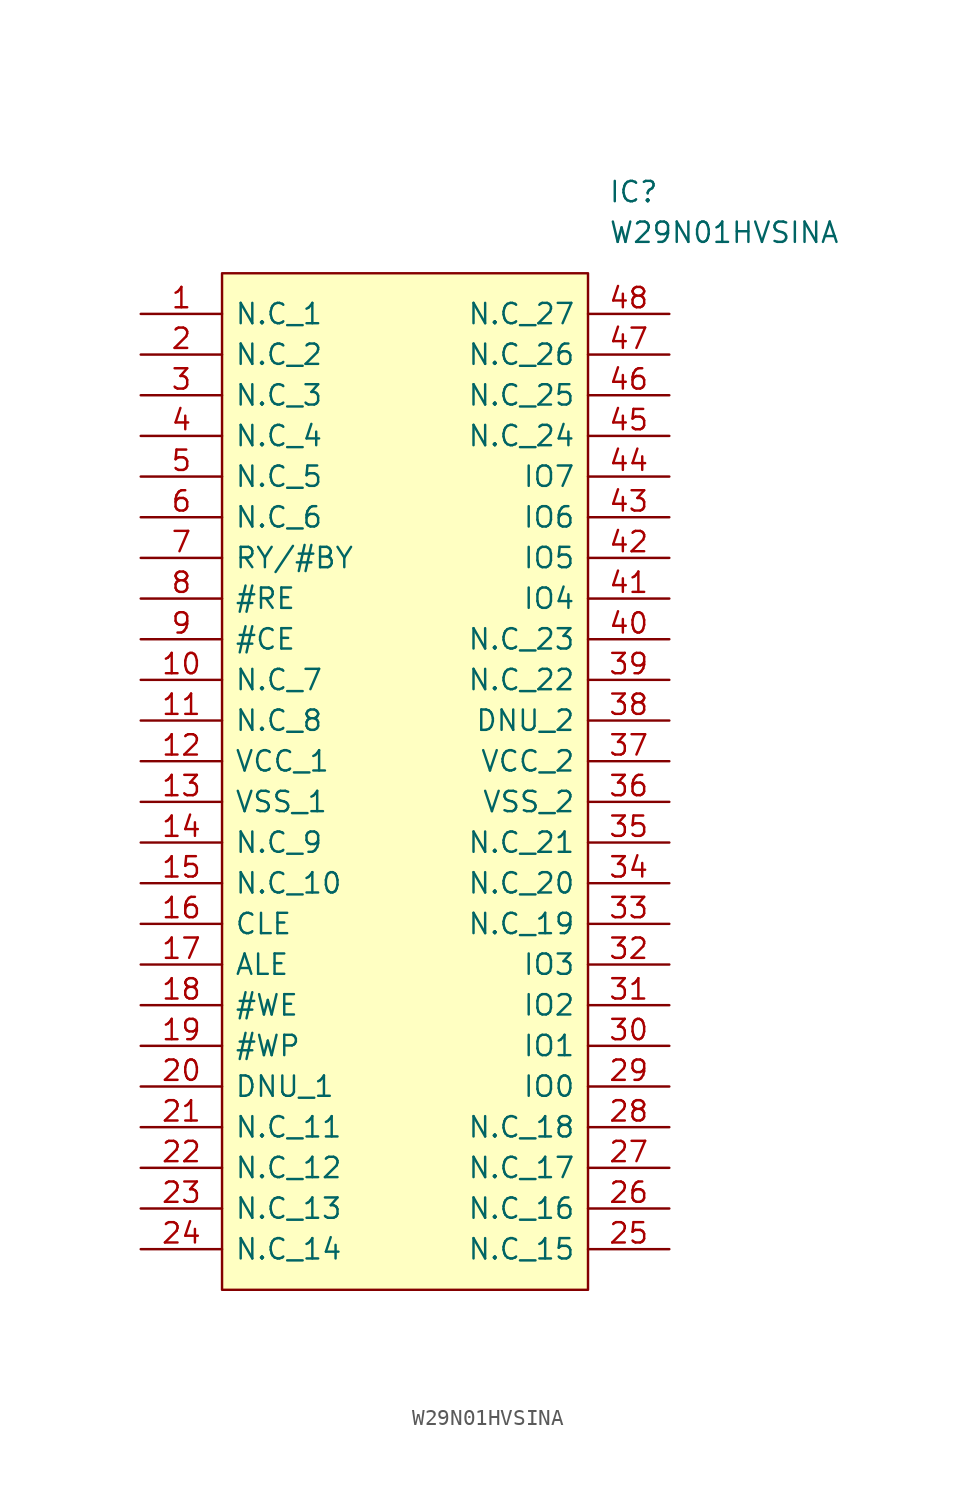
<source format=kicad_sym>
(kicad_symbol_lib
  (version 20201005)
  (generator kicad_symbol_editor)
  (symbol "W29N01HVSINA:W29N01HVSINA"
    (pin_names
      (offset 0.762))
    (property "Reference" "IC"
      (at 29.21 7.62 0)
      (effects (font (size 1.27 1.27)) (justify left)))
    (property "Value" "W29N01HVSINA"
      (at 29.21 5.08 0)
      (effects (font (size 1.27 1.27)) (justify left)))
    (symbol "W29N01HVSINA_0_0"
      (pin passive line (at 0 0 0) (length 5.08) (name "N.C_1" (effects (font (size 1.27 1.27)))) (number "1" (effects (font (size 1.27 1.27)))))
      (pin passive line (at 0 -2.54 0) (length 5.08) (name "N.C_2" (effects (font (size 1.27 1.27)))) (number "2" (effects (font (size 1.27 1.27)))))
      (pin passive line (at 0 -5.08 0) (length 5.08) (name "N.C_3" (effects (font (size 1.27 1.27)))) (number "3" (effects (font (size 1.27 1.27)))))
      (pin passive line (at 0 -7.62 0) (length 5.08) (name "N.C_4" (effects (font (size 1.27 1.27)))) (number "4" (effects (font (size 1.27 1.27)))))
      (pin passive line (at 0 -10.16 0) (length 5.08) (name "N.C_5" (effects (font (size 1.27 1.27)))) (number "5" (effects (font (size 1.27 1.27)))))
      (pin passive line (at 0 -12.7 0) (length 5.08) (name "N.C_6" (effects (font (size 1.27 1.27)))) (number "6" (effects (font (size 1.27 1.27)))))
      (pin passive line (at 0 -15.24 0) (length 5.08) (name "RY/#BY" (effects (font (size 1.27 1.27)))) (number "7" (effects (font (size 1.27 1.27)))))
      (pin passive line (at 0 -17.78 0) (length 5.08) (name "#RE" (effects (font (size 1.27 1.27)))) (number "8" (effects (font (size 1.27 1.27)))))
      (pin passive line (at 0 -20.32 0) (length 5.08) (name "#CE" (effects (font (size 1.27 1.27)))) (number "9" (effects (font (size 1.27 1.27)))))
      (pin passive line (at 0 -22.86 0) (length 5.08) (name "N.C_7" (effects (font (size 1.27 1.27)))) (number "10" (effects (font (size 1.27 1.27)))))
      (pin passive line (at 0 -25.4 0) (length 5.08) (name "N.C_8" (effects (font (size 1.27 1.27)))) (number "11" (effects (font (size 1.27 1.27)))))
      (pin passive line (at 0 -27.94 0) (length 5.08) (name "VCC_1" (effects (font (size 1.27 1.27)))) (number "12" (effects (font (size 1.27 1.27)))))
      (pin passive line (at 0 -30.48 0) (length 5.08) (name "VSS_1" (effects (font (size 1.27 1.27)))) (number "13" (effects (font (size 1.27 1.27)))))
      (pin passive line (at 0 -33.02 0) (length 5.08) (name "N.C_9" (effects (font (size 1.27 1.27)))) (number "14" (effects (font (size 1.27 1.27)))))
      (pin passive line (at 0 -35.56 0) (length 5.08) (name "N.C_10" (effects (font (size 1.27 1.27)))) (number "15" (effects (font (size 1.27 1.27)))))
      (pin passive line (at 0 -38.1 0) (length 5.08) (name "CLE" (effects (font (size 1.27 1.27)))) (number "16" (effects (font (size 1.27 1.27)))))
      (pin passive line (at 0 -40.64 0) (length 5.08) (name "ALE" (effects (font (size 1.27 1.27)))) (number "17" (effects (font (size 1.27 1.27)))))
      (pin passive line (at 0 -43.18 0) (length 5.08) (name "#WE" (effects (font (size 1.27 1.27)))) (number "18" (effects (font (size 1.27 1.27)))))
      (pin passive line (at 0 -45.72 0) (length 5.08) (name "#WP" (effects (font (size 1.27 1.27)))) (number "19" (effects (font (size 1.27 1.27)))))
      (pin passive line (at 0 -48.26 0) (length 5.08) (name "DNU_1" (effects (font (size 1.27 1.27)))) (number "20" (effects (font (size 1.27 1.27)))))
      (pin passive line (at 0 -50.8 0) (length 5.08) (name "N.C_11" (effects (font (size 1.27 1.27)))) (number "21" (effects (font (size 1.27 1.27)))))
      (pin passive line (at 0 -53.34 0) (length 5.08) (name "N.C_12" (effects (font (size 1.27 1.27)))) (number "22" (effects (font (size 1.27 1.27)))))
      (pin passive line (at 0 -55.88 0) (length 5.08) (name "N.C_13" (effects (font (size 1.27 1.27)))) (number "23" (effects (font (size 1.27 1.27)))))
      (pin passive line (at 0 -58.42 0) (length 5.08) (name "N.C_14" (effects (font (size 1.27 1.27)))) (number "24" (effects (font (size 1.27 1.27)))))
      (pin passive line (at 33.02 0 180) (length 5.08) (name "N.C_27" (effects (font (size 1.27 1.27)))) (number "48" (effects (font (size 1.27 1.27)))))
      (pin passive line (at 33.02 -2.54 180) (length 5.08) (name "N.C_26" (effects (font (size 1.27 1.27)))) (number "47" (effects (font (size 1.27 1.27)))))
      (pin passive line (at 33.02 -5.08 180) (length 5.08) (name "N.C_25" (effects (font (size 1.27 1.27)))) (number "46" (effects (font (size 1.27 1.27)))))
      (pin passive line (at 33.02 -7.62 180) (length 5.08) (name "N.C_24" (effects (font (size 1.27 1.27)))) (number "45" (effects (font (size 1.27 1.27)))))
      (pin passive line (at 33.02 -10.16 180) (length 5.08) (name "IO7" (effects (font (size 1.27 1.27)))) (number "44" (effects (font (size 1.27 1.27)))))
      (pin passive line (at 33.02 -12.7 180) (length 5.08) (name "IO6" (effects (font (size 1.27 1.27)))) (number "43" (effects (font (size 1.27 1.27)))))
      (pin passive line (at 33.02 -15.24 180) (length 5.08) (name "IO5" (effects (font (size 1.27 1.27)))) (number "42" (effects (font (size 1.27 1.27)))))
      (pin passive line (at 33.02 -17.78 180) (length 5.08) (name "IO4" (effects (font (size 1.27 1.27)))) (number "41" (effects (font (size 1.27 1.27)))))
      (pin passive line (at 33.02 -20.32 180) (length 5.08) (name "N.C_23" (effects (font (size 1.27 1.27)))) (number "40" (effects (font (size 1.27 1.27)))))
      (pin passive line (at 33.02 -22.86 180) (length 5.08) (name "N.C_22" (effects (font (size 1.27 1.27)))) (number "39" (effects (font (size 1.27 1.27)))))
      (pin passive line (at 33.02 -25.4 180) (length 5.08) (name "DNU_2" (effects (font (size 1.27 1.27)))) (number "38" (effects (font (size 1.27 1.27)))))
      (pin passive line (at 33.02 -27.94 180) (length 5.08) (name "VCC_2" (effects (font (size 1.27 1.27)))) (number "37" (effects (font (size 1.27 1.27)))))
      (pin passive line (at 33.02 -30.48 180) (length 5.08) (name "VSS_2" (effects (font (size 1.27 1.27)))) (number "36" (effects (font (size 1.27 1.27)))))
      (pin passive line (at 33.02 -33.02 180) (length 5.08) (name "N.C_21" (effects (font (size 1.27 1.27)))) (number "35" (effects (font (size 1.27 1.27)))))
      (pin passive line (at 33.02 -35.56 180) (length 5.08) (name "N.C_20" (effects (font (size 1.27 1.27)))) (number "34" (effects (font (size 1.27 1.27)))))
      (pin passive line (at 33.02 -38.1 180) (length 5.08) (name "N.C_19" (effects (font (size 1.27 1.27)))) (number "33" (effects (font (size 1.27 1.27)))))
      (pin passive line (at 33.02 -40.64 180) (length 5.08) (name "IO3" (effects (font (size 1.27 1.27)))) (number "32" (effects (font (size 1.27 1.27)))))
      (pin passive line (at 33.02 -43.18 180) (length 5.08) (name "IO2" (effects (font (size 1.27 1.27)))) (number "31" (effects (font (size 1.27 1.27)))))
      (pin passive line (at 33.02 -45.72 180) (length 5.08) (name "IO1" (effects (font (size 1.27 1.27)))) (number "30" (effects (font (size 1.27 1.27)))))
      (pin passive line (at 33.02 -48.26 180) (length 5.08) (name "IO0" (effects (font (size 1.27 1.27)))) (number "29" (effects (font (size 1.27 1.27)))))
      (pin passive line (at 33.02 -50.8 180) (length 5.08) (name "N.C_18" (effects (font (size 1.27 1.27)))) (number "28" (effects (font (size 1.27 1.27)))))
      (pin passive line (at 33.02 -53.34 180) (length 5.08) (name "N.C_17" (effects (font (size 1.27 1.27)))) (number "27" (effects (font (size 1.27 1.27)))))
      (pin passive line (at 33.02 -55.88 180) (length 5.08) (name "N.C_16" (effects (font (size 1.27 1.27)))) (number "26" (effects (font (size 1.27 1.27)))))
      (pin passive line (at 33.02 -58.42 180) (length 5.08) (name "N.C_15" (effects (font (size 1.27 1.27)))) (number "25" (effects (font (size 1.27 1.27))))))
    (symbol "W29N01HVSINA_0_1"
      (polyline (pts (xy 5.08 2.54) (xy 27.94 2.54) (xy 27.94 -60.96) (xy 5.08 -60.96) (xy 5.08 2.54)) (stroke (width 0.152)) (fill (type background))))))
</source>
